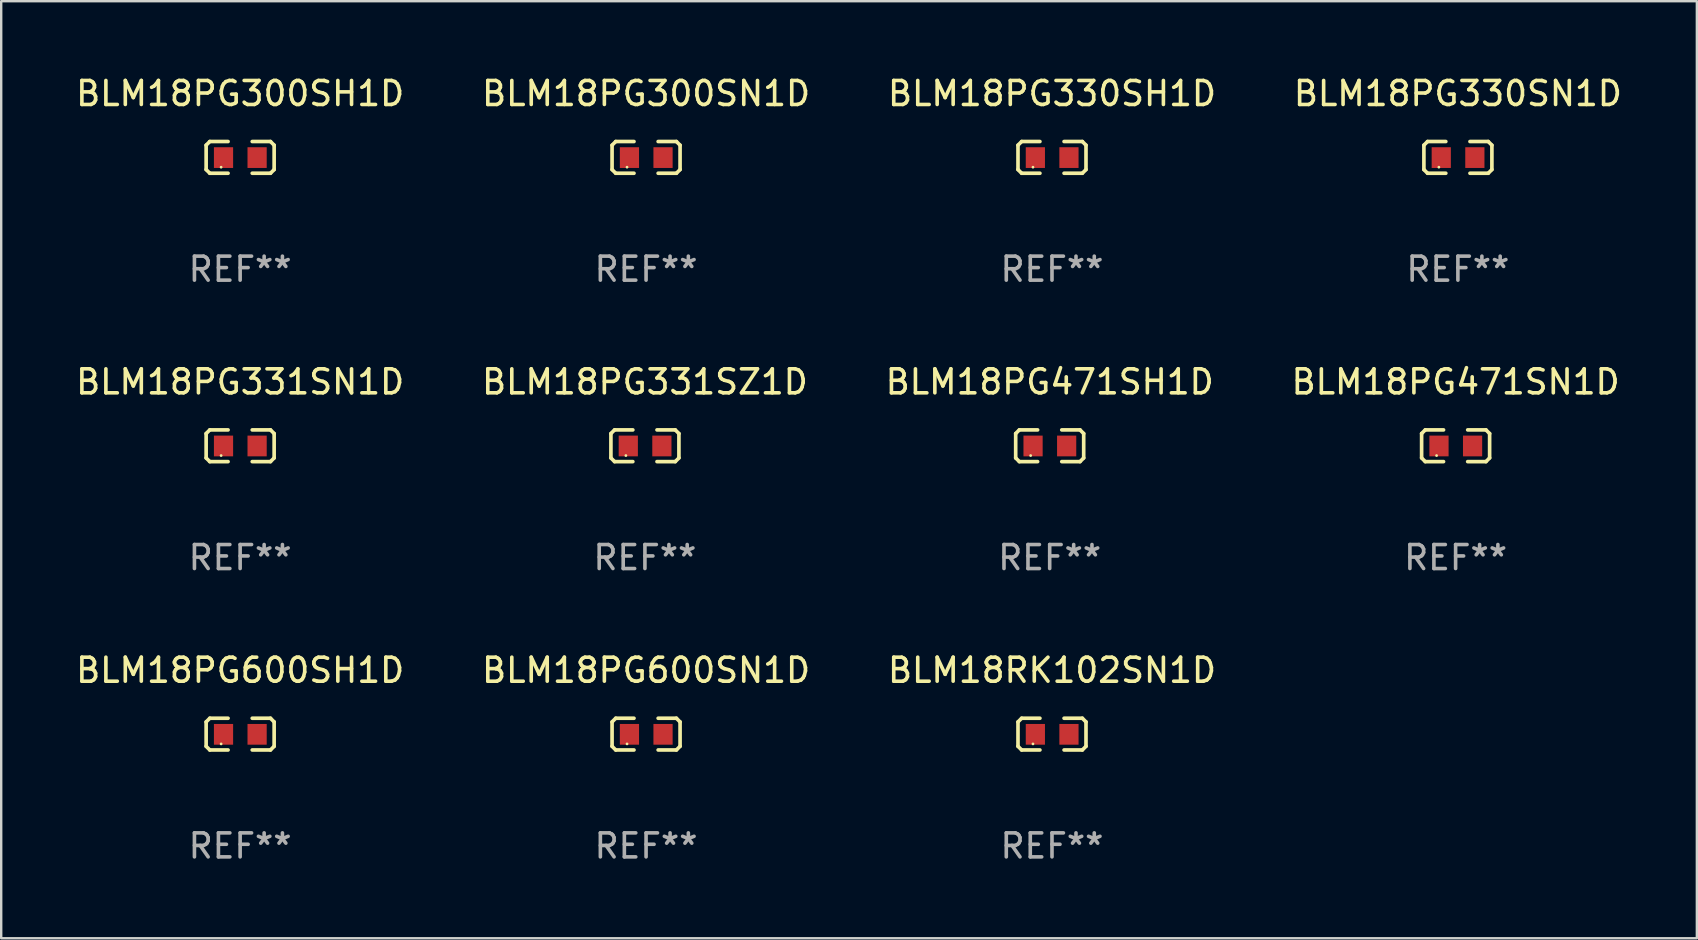
<source format=kicad_pcb>
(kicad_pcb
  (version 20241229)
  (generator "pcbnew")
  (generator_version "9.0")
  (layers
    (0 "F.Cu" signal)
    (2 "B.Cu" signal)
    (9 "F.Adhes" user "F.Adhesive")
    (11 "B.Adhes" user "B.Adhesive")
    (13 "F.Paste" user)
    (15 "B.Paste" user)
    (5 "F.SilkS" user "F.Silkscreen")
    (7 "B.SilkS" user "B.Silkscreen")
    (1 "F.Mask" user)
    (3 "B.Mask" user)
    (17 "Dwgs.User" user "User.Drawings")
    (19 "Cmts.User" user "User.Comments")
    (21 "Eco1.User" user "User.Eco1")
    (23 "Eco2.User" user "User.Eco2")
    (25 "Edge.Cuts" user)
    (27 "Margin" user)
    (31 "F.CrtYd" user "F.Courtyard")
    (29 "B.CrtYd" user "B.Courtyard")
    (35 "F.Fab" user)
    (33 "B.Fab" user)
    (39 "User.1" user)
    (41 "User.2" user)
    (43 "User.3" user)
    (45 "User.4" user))
  (footprint "BLM18PG600SN1D"
    (layer "F.Cu")
    (at 23.875 27.544)
    (property "Reference" "BLM18PG600SN1D" (at 0 -2.661 0) (layer "F.SilkS") (effects (font (size 1 1) (thickness 0.15))))
    (attr through_hole)
    (fp_line (start -1.417 -0.508) (end -1.265 -0.661) (stroke (width 0.152) (type solid)) (layer "F.SilkS"))
    (fp_line (start -1.417 0.508) (end -1.417 -0.508) (stroke (width 0.152) (type solid)) (layer "F.SilkS"))
    (fp_line (start -1.265 -0.661) (end -0.503 -0.661) (stroke (width 0.152) (type solid)) (layer "F.SilkS"))
    (fp_line (start -1.265 0.661) (end -1.417 0.508) (stroke (width 0.152) (type solid)) (layer "F.SilkS"))
    (fp_line (start -1.265 0.661) (end -0.503 0.661) (stroke (width 0.152) (type solid)) (layer "F.SilkS"))
    (fp_line (start 1.265 -0.661) (end 0.503 -0.661) (stroke (width 0.152) (type solid)) (layer "F.SilkS"))
    (fp_line (start 1.265 -0.661) (end 1.417 -0.508) (stroke (width 0.152) (type solid)) (layer "F.SilkS"))
    (fp_line (start 1.265 0.661) (end 0.503 0.661) (stroke (width 0.152) (type solid)) (layer "F.SilkS"))
    (fp_line (start 1.417 -0.508) (end 1.417 0.508) (stroke (width 0.152) (type solid)) (layer "F.SilkS"))
    (fp_line (start 1.417 0.508) (end 1.265 0.661) (stroke (width 0.152) (type solid)) (layer "F.SilkS"))
    (fp_circle (center -0.793 0.409) (end -0.763 0.409) (stroke (width 0.06) (type solid)) (fill no) (layer "F.SilkS"))
    (fp_text user "REF**" (at 0 4.661 0) (layer "F.Fab") (effects (font (size 1 1) (thickness 0.15))))
    (pad "1" smd rect (at -0.693 0.009 180) (size 0.8 0.864) (layers "F.Cu" "F.Mask" "F.Paste"))
    (pad "2" smd rect (at 0.707 0.009 180) (size 0.8 0.864) (layers "F.Cu" "F.Mask" "F.Paste")))
  (footprint "BLM18PG300SN1D"
    (layer "F.Cu")
    (at 23.875 3.509)
    (property "Reference" "BLM18PG300SN1D" (at 0 -2.661 0) (layer "F.SilkS") (effects (font (size 1 1) (thickness 0.15))))
    (attr through_hole)
    (fp_line (start -1.417 -0.508) (end -1.265 -0.661) (stroke (width 0.152) (type solid)) (layer "F.SilkS"))
    (fp_line (start -1.417 0.508) (end -1.417 -0.508) (stroke (width 0.152) (type solid)) (layer "F.SilkS"))
    (fp_line (start -1.265 -0.661) (end -0.503 -0.661) (stroke (width 0.152) (type solid)) (layer "F.SilkS"))
    (fp_line (start -1.265 0.661) (end -1.417 0.508) (stroke (width 0.152) (type solid)) (layer "F.SilkS"))
    (fp_line (start -1.265 0.661) (end -0.503 0.661) (stroke (width 0.152) (type solid)) (layer "F.SilkS"))
    (fp_line (start 1.265 -0.661) (end 0.503 -0.661) (stroke (width 0.152) (type solid)) (layer "F.SilkS"))
    (fp_line (start 1.265 -0.661) (end 1.417 -0.508) (stroke (width 0.152) (type solid)) (layer "F.SilkS"))
    (fp_line (start 1.265 0.661) (end 0.503 0.661) (stroke (width 0.152) (type solid)) (layer "F.SilkS"))
    (fp_line (start 1.417 -0.508) (end 1.417 0.508) (stroke (width 0.152) (type solid)) (layer "F.SilkS"))
    (fp_line (start 1.417 0.508) (end 1.265 0.661) (stroke (width 0.152) (type solid)) (layer "F.SilkS"))
    (fp_circle (center -0.793 0.409) (end -0.763 0.409) (stroke (width 0.06) (type solid)) (fill no) (layer "F.SilkS"))
    (fp_text user "REF**" (at 0 4.661 0) (layer "F.Fab") (effects (font (size 1 1) (thickness 0.15))))
    (pad "1" smd rect (at -0.693 0.009 180) (size 0.8 0.864) (layers "F.Cu" "F.Mask" "F.Paste"))
    (pad "2" smd rect (at 0.707 0.009 180) (size 0.8 0.864) (layers "F.Cu" "F.Mask" "F.Paste")))
  (footprint "BLM18PG300SH1D"
    (layer "F.Cu")
    (at 6.958 3.509)
    (property "Reference" "BLM18PG300SH1D" (at 0 -2.661 0) (layer "F.SilkS") (effects (font (size 1 1) (thickness 0.15))))
    (attr through_hole)
    (fp_line (start -1.417 -0.508) (end -1.265 -0.661) (stroke (width 0.152) (type solid)) (layer "F.SilkS"))
    (fp_line (start -1.417 0.508) (end -1.417 -0.508) (stroke (width 0.152) (type solid)) (layer "F.SilkS"))
    (fp_line (start -1.265 -0.661) (end -0.503 -0.661) (stroke (width 0.152) (type solid)) (layer "F.SilkS"))
    (fp_line (start -1.265 0.661) (end -1.417 0.508) (stroke (width 0.152) (type solid)) (layer "F.SilkS"))
    (fp_line (start -1.265 0.661) (end -0.503 0.661) (stroke (width 0.152) (type solid)) (layer "F.SilkS"))
    (fp_line (start 1.265 -0.661) (end 0.503 -0.661) (stroke (width 0.152) (type solid)) (layer "F.SilkS"))
    (fp_line (start 1.265 -0.661) (end 1.417 -0.508) (stroke (width 0.152) (type solid)) (layer "F.SilkS"))
    (fp_line (start 1.265 0.661) (end 0.503 0.661) (stroke (width 0.152) (type solid)) (layer "F.SilkS"))
    (fp_line (start 1.417 -0.508) (end 1.417 0.508) (stroke (width 0.152) (type solid)) (layer "F.SilkS"))
    (fp_line (start 1.417 0.508) (end 1.265 0.661) (stroke (width 0.152) (type solid)) (layer "F.SilkS"))
    (fp_circle (center -0.793 0.409) (end -0.763 0.409) (stroke (width 0.06) (type solid)) (fill no) (layer "F.SilkS"))
    (fp_text user "REF**" (at 0 4.661 0) (layer "F.Fab") (effects (font (size 1 1) (thickness 0.15))))
    (pad "1" smd rect (at -0.693 0.009 180) (size 0.8 0.864) (layers "F.Cu" "F.Mask" "F.Paste"))
    (pad "2" smd rect (at 0.707 0.009 180) (size 0.8 0.864) (layers "F.Cu" "F.Mask" "F.Paste")))
  (footprint "BLM18PG330SN1D"
    (layer "F.Cu")
    (at 57.708 3.509)
    (property "Reference" "BLM18PG330SN1D" (at 0 -2.661 0) (layer "F.SilkS") (effects (font (size 1 1) (thickness 0.15))))
    (attr through_hole)
    (fp_line (start -1.417 -0.508) (end -1.265 -0.661) (stroke (width 0.152) (type solid)) (layer "F.SilkS"))
    (fp_line (start -1.417 0.508) (end -1.417 -0.508) (stroke (width 0.152) (type solid)) (layer "F.SilkS"))
    (fp_line (start -1.265 -0.661) (end -0.503 -0.661) (stroke (width 0.152) (type solid)) (layer "F.SilkS"))
    (fp_line (start -1.265 0.661) (end -1.417 0.508) (stroke (width 0.152) (type solid)) (layer "F.SilkS"))
    (fp_line (start -1.265 0.661) (end -0.503 0.661) (stroke (width 0.152) (type solid)) (layer "F.SilkS"))
    (fp_line (start 1.265 -0.661) (end 0.503 -0.661) (stroke (width 0.152) (type solid)) (layer "F.SilkS"))
    (fp_line (start 1.265 -0.661) (end 1.417 -0.508) (stroke (width 0.152) (type solid)) (layer "F.SilkS"))
    (fp_line (start 1.265 0.661) (end 0.503 0.661) (stroke (width 0.152) (type solid)) (layer "F.SilkS"))
    (fp_line (start 1.417 -0.508) (end 1.417 0.508) (stroke (width 0.152) (type solid)) (layer "F.SilkS"))
    (fp_line (start 1.417 0.508) (end 1.265 0.661) (stroke (width 0.152) (type solid)) (layer "F.SilkS"))
    (fp_circle (center -0.793 0.409) (end -0.763 0.409) (stroke (width 0.06) (type solid)) (fill no) (layer "F.SilkS"))
    (fp_text user "REF**" (at 0 4.661 0) (layer "F.Fab") (effects (font (size 1 1) (thickness 0.15))))
    (pad "1" smd rect (at -0.693 0.009 180) (size 0.8 0.864) (layers "F.Cu" "F.Mask" "F.Paste"))
    (pad "2" smd rect (at 0.707 0.009 180) (size 0.8 0.864) (layers "F.Cu" "F.Mask" "F.Paste")))
  (footprint "BLM18RK102SN1D"
    (layer "F.Cu")
    (at 40.792 27.544)
    (property "Reference" "BLM18RK102SN1D" (at 0 -2.661 0) (layer "F.SilkS") (effects (font (size 1 1) (thickness 0.15))))
    (attr through_hole)
    (fp_line (start -1.417 -0.508) (end -1.265 -0.661) (stroke (width 0.152) (type solid)) (layer "F.SilkS"))
    (fp_line (start -1.417 0.508) (end -1.417 -0.508) (stroke (width 0.152) (type solid)) (layer "F.SilkS"))
    (fp_line (start -1.265 -0.661) (end -0.503 -0.661) (stroke (width 0.152) (type solid)) (layer "F.SilkS"))
    (fp_line (start -1.265 0.661) (end -1.417 0.508) (stroke (width 0.152) (type solid)) (layer "F.SilkS"))
    (fp_line (start -1.265 0.661) (end -0.503 0.661) (stroke (width 0.152) (type solid)) (layer "F.SilkS"))
    (fp_line (start 1.265 -0.661) (end 0.503 -0.661) (stroke (width 0.152) (type solid)) (layer "F.SilkS"))
    (fp_line (start 1.265 -0.661) (end 1.417 -0.508) (stroke (width 0.152) (type solid)) (layer "F.SilkS"))
    (fp_line (start 1.265 0.661) (end 0.503 0.661) (stroke (width 0.152) (type solid)) (layer "F.SilkS"))
    (fp_line (start 1.417 -0.508) (end 1.417 0.508) (stroke (width 0.152) (type solid)) (layer "F.SilkS"))
    (fp_line (start 1.417 0.508) (end 1.265 0.661) (stroke (width 0.152) (type solid)) (layer "F.SilkS"))
    (fp_circle (center -0.793 0.409) (end -0.763 0.409) (stroke (width 0.06) (type solid)) (fill no) (layer "F.SilkS"))
    (fp_text user "REF**" (at 0 4.661 0) (layer "F.Fab") (effects (font (size 1 1) (thickness 0.15))))
    (pad "1" smd rect (at -0.693 0.009 180) (size 0.8 0.864) (layers "F.Cu" "F.Mask" "F.Paste"))
    (pad "2" smd rect (at 0.707 0.009 180) (size 0.8 0.864) (layers "F.Cu" "F.Mask" "F.Paste")))
  (footprint "BLM18PG330SH1D"
    (layer "F.Cu")
    (at 40.792 3.509)
    (property "Reference" "BLM18PG330SH1D" (at 0 -2.661 0) (layer "F.SilkS") (effects (font (size 1 1) (thickness 0.15))))
    (attr through_hole)
    (fp_line (start -1.417 -0.508) (end -1.265 -0.661) (stroke (width 0.152) (type solid)) (layer "F.SilkS"))
    (fp_line (start -1.417 0.508) (end -1.417 -0.508) (stroke (width 0.152) (type solid)) (layer "F.SilkS"))
    (fp_line (start -1.265 -0.661) (end -0.503 -0.661) (stroke (width 0.152) (type solid)) (layer "F.SilkS"))
    (fp_line (start -1.265 0.661) (end -1.417 0.508) (stroke (width 0.152) (type solid)) (layer "F.SilkS"))
    (fp_line (start -1.265 0.661) (end -0.503 0.661) (stroke (width 0.152) (type solid)) (layer "F.SilkS"))
    (fp_line (start 1.265 -0.661) (end 0.503 -0.661) (stroke (width 0.152) (type solid)) (layer "F.SilkS"))
    (fp_line (start 1.265 -0.661) (end 1.417 -0.508) (stroke (width 0.152) (type solid)) (layer "F.SilkS"))
    (fp_line (start 1.265 0.661) (end 0.503 0.661) (stroke (width 0.152) (type solid)) (layer "F.SilkS"))
    (fp_line (start 1.417 -0.508) (end 1.417 0.508) (stroke (width 0.152) (type solid)) (layer "F.SilkS"))
    (fp_line (start 1.417 0.508) (end 1.265 0.661) (stroke (width 0.152) (type solid)) (layer "F.SilkS"))
    (fp_circle (center -0.793 0.409) (end -0.763 0.409) (stroke (width 0.06) (type solid)) (fill no) (layer "F.SilkS"))
    (fp_text user "REF**" (at 0 4.661 0) (layer "F.Fab") (effects (font (size 1 1) (thickness 0.15))))
    (pad "1" smd rect (at -0.693 0.009 180) (size 0.8 0.864) (layers "F.Cu" "F.Mask" "F.Paste"))
    (pad "2" smd rect (at 0.707 0.009 180) (size 0.8 0.864) (layers "F.Cu" "F.Mask" "F.Paste")))
  (footprint "BLM18PG471SH1D"
    (layer "F.Cu")
    (at 40.696 15.527)
    (property "Reference" "BLM18PG471SH1D" (at 0 -2.661 0) (layer "F.SilkS") (effects (font (size 1 1) (thickness 0.15))))
    (attr through_hole)
    (fp_line (start -1.417 -0.508) (end -1.265 -0.661) (stroke (width 0.152) (type solid)) (layer "F.SilkS"))
    (fp_line (start -1.417 0.508) (end -1.417 -0.508) (stroke (width 0.152) (type solid)) (layer "F.SilkS"))
    (fp_line (start -1.265 -0.661) (end -0.503 -0.661) (stroke (width 0.152) (type solid)) (layer "F.SilkS"))
    (fp_line (start -1.265 0.661) (end -1.417 0.508) (stroke (width 0.152) (type solid)) (layer "F.SilkS"))
    (fp_line (start -1.265 0.661) (end -0.503 0.661) (stroke (width 0.152) (type solid)) (layer "F.SilkS"))
    (fp_line (start 1.265 -0.661) (end 0.503 -0.661) (stroke (width 0.152) (type solid)) (layer "F.SilkS"))
    (fp_line (start 1.265 -0.661) (end 1.417 -0.508) (stroke (width 0.152) (type solid)) (layer "F.SilkS"))
    (fp_line (start 1.265 0.661) (end 0.503 0.661) (stroke (width 0.152) (type solid)) (layer "F.SilkS"))
    (fp_line (start 1.417 -0.508) (end 1.417 0.508) (stroke (width 0.152) (type solid)) (layer "F.SilkS"))
    (fp_line (start 1.417 0.508) (end 1.265 0.661) (stroke (width 0.152) (type solid)) (layer "F.SilkS"))
    (fp_circle (center -0.793 0.409) (end -0.763 0.409) (stroke (width 0.06) (type solid)) (fill no) (layer "F.SilkS"))
    (fp_text user "REF**" (at 0 4.661 0) (layer "F.Fab") (effects (font (size 1 1) (thickness 0.15))))
    (pad "1" smd rect (at -0.693 0.009 180) (size 0.8 0.864) (layers "F.Cu" "F.Mask" "F.Paste"))
    (pad "2" smd rect (at 0.707 0.009 180) (size 0.8 0.864) (layers "F.Cu" "F.Mask" "F.Paste")))
  (footprint "BLM18PG331SZ1D"
    (layer "F.Cu")
    (at 23.827 15.527)
    (property "Reference" "BLM18PG331SZ1D" (at 0 -2.661 0) (layer "F.SilkS") (effects (font (size 1 1) (thickness 0.15))))
    (attr through_hole)
    (fp_line (start -1.417 -0.508) (end -1.265 -0.661) (stroke (width 0.152) (type solid)) (layer "F.SilkS"))
    (fp_line (start -1.417 0.508) (end -1.417 -0.508) (stroke (width 0.152) (type solid)) (layer "F.SilkS"))
    (fp_line (start -1.265 -0.661) (end -0.503 -0.661) (stroke (width 0.152) (type solid)) (layer "F.SilkS"))
    (fp_line (start -1.265 0.661) (end -1.417 0.508) (stroke (width 0.152) (type solid)) (layer "F.SilkS"))
    (fp_line (start -1.265 0.661) (end -0.503 0.661) (stroke (width 0.152) (type solid)) (layer "F.SilkS"))
    (fp_line (start 1.265 -0.661) (end 0.503 -0.661) (stroke (width 0.152) (type solid)) (layer "F.SilkS"))
    (fp_line (start 1.265 -0.661) (end 1.417 -0.508) (stroke (width 0.152) (type solid)) (layer "F.SilkS"))
    (fp_line (start 1.265 0.661) (end 0.503 0.661) (stroke (width 0.152) (type solid)) (layer "F.SilkS"))
    (fp_line (start 1.417 -0.508) (end 1.417 0.508) (stroke (width 0.152) (type solid)) (layer "F.SilkS"))
    (fp_line (start 1.417 0.508) (end 1.265 0.661) (stroke (width 0.152) (type solid)) (layer "F.SilkS"))
    (fp_circle (center -0.793 0.409) (end -0.763 0.409) (stroke (width 0.06) (type solid)) (fill no) (layer "F.SilkS"))
    (fp_text user "REF**" (at 0 4.661 0) (layer "F.Fab") (effects (font (size 1 1) (thickness 0.15))))
    (pad "1" smd rect (at -0.693 0.009 180) (size 0.8 0.864) (layers "F.Cu" "F.Mask" "F.Paste"))
    (pad "2" smd rect (at 0.707 0.009 180) (size 0.8 0.864) (layers "F.Cu" "F.Mask" "F.Paste")))
  (footprint "BLM18PG471SN1D"
    (layer "F.Cu")
    (at 57.613 15.527)
    (property "Reference" "BLM18PG471SN1D" (at 0 -2.661 0) (layer "F.SilkS") (effects (font (size 1 1) (thickness 0.15))))
    (attr through_hole)
    (fp_line (start -1.417 -0.508) (end -1.265 -0.661) (stroke (width 0.152) (type solid)) (layer "F.SilkS"))
    (fp_line (start -1.417 0.508) (end -1.417 -0.508) (stroke (width 0.152) (type solid)) (layer "F.SilkS"))
    (fp_line (start -1.265 -0.661) (end -0.503 -0.661) (stroke (width 0.152) (type solid)) (layer "F.SilkS"))
    (fp_line (start -1.265 0.661) (end -1.417 0.508) (stroke (width 0.152) (type solid)) (layer "F.SilkS"))
    (fp_line (start -1.265 0.661) (end -0.503 0.661) (stroke (width 0.152) (type solid)) (layer "F.SilkS"))
    (fp_line (start 1.265 -0.661) (end 0.503 -0.661) (stroke (width 0.152) (type solid)) (layer "F.SilkS"))
    (fp_line (start 1.265 -0.661) (end 1.417 -0.508) (stroke (width 0.152) (type solid)) (layer "F.SilkS"))
    (fp_line (start 1.265 0.661) (end 0.503 0.661) (stroke (width 0.152) (type solid)) (layer "F.SilkS"))
    (fp_line (start 1.417 -0.508) (end 1.417 0.508) (stroke (width 0.152) (type solid)) (layer "F.SilkS"))
    (fp_line (start 1.417 0.508) (end 1.265 0.661) (stroke (width 0.152) (type solid)) (layer "F.SilkS"))
    (fp_circle (center -0.793 0.409) (end -0.763 0.409) (stroke (width 0.06) (type solid)) (fill no) (layer "F.SilkS"))
    (fp_text user "REF**" (at 0 4.661 0) (layer "F.Fab") (effects (font (size 1 1) (thickness 0.15))))
    (pad "1" smd rect (at -0.693 0.009 180) (size 0.8 0.864) (layers "F.Cu" "F.Mask" "F.Paste"))
    (pad "2" smd rect (at 0.707 0.009 180) (size 0.8 0.864) (layers "F.Cu" "F.Mask" "F.Paste")))
  (footprint "BLM18PG600SH1D"
    (layer "F.Cu")
    (at 6.958 27.544)
    (property "Reference" "BLM18PG600SH1D" (at 0 -2.661 0) (layer "F.SilkS") (effects (font (size 1 1) (thickness 0.15))))
    (attr through_hole)
    (fp_line (start -1.417 -0.508) (end -1.265 -0.661) (stroke (width 0.152) (type solid)) (layer "F.SilkS"))
    (fp_line (start -1.417 0.508) (end -1.417 -0.508) (stroke (width 0.152) (type solid)) (layer "F.SilkS"))
    (fp_line (start -1.265 -0.661) (end -0.503 -0.661) (stroke (width 0.152) (type solid)) (layer "F.SilkS"))
    (fp_line (start -1.265 0.661) (end -1.417 0.508) (stroke (width 0.152) (type solid)) (layer "F.SilkS"))
    (fp_line (start -1.265 0.661) (end -0.503 0.661) (stroke (width 0.152) (type solid)) (layer "F.SilkS"))
    (fp_line (start 1.265 -0.661) (end 0.503 -0.661) (stroke (width 0.152) (type solid)) (layer "F.SilkS"))
    (fp_line (start 1.265 -0.661) (end 1.417 -0.508) (stroke (width 0.152) (type solid)) (layer "F.SilkS"))
    (fp_line (start 1.265 0.661) (end 0.503 0.661) (stroke (width 0.152) (type solid)) (layer "F.SilkS"))
    (fp_line (start 1.417 -0.508) (end 1.417 0.508) (stroke (width 0.152) (type solid)) (layer "F.SilkS"))
    (fp_line (start 1.417 0.508) (end 1.265 0.661) (stroke (width 0.152) (type solid)) (layer "F.SilkS"))
    (fp_circle (center -0.793 0.409) (end -0.763 0.409) (stroke (width 0.06) (type solid)) (fill no) (layer "F.SilkS"))
    (fp_text user "REF**" (at 0 4.661 0) (layer "F.Fab") (effects (font (size 1 1) (thickness 0.15))))
    (pad "1" smd rect (at -0.693 0.009 180) (size 0.8 0.864) (layers "F.Cu" "F.Mask" "F.Paste"))
    (pad "2" smd rect (at 0.707 0.009 180) (size 0.8 0.864) (layers "F.Cu" "F.Mask" "F.Paste")))
  (footprint "BLM18PG331SN1D"
    (layer "F.Cu")
    (at 6.958 15.527)
    (property "Reference" "BLM18PG331SN1D" (at 0 -2.661 0) (layer "F.SilkS") (effects (font (size 1 1) (thickness 0.15))))
    (attr through_hole)
    (fp_line (start -1.417 -0.508) (end -1.265 -0.661) (stroke (width 0.152) (type solid)) (layer "F.SilkS"))
    (fp_line (start -1.417 0.508) (end -1.417 -0.508) (stroke (width 0.152) (type solid)) (layer "F.SilkS"))
    (fp_line (start -1.265 -0.661) (end -0.503 -0.661) (stroke (width 0.152) (type solid)) (layer "F.SilkS"))
    (fp_line (start -1.265 0.661) (end -1.417 0.508) (stroke (width 0.152) (type solid)) (layer "F.SilkS"))
    (fp_line (start -1.265 0.661) (end -0.503 0.661) (stroke (width 0.152) (type solid)) (layer "F.SilkS"))
    (fp_line (start 1.265 -0.661) (end 0.503 -0.661) (stroke (width 0.152) (type solid)) (layer "F.SilkS"))
    (fp_line (start 1.265 -0.661) (end 1.417 -0.508) (stroke (width 0.152) (type solid)) (layer "F.SilkS"))
    (fp_line (start 1.265 0.661) (end 0.503 0.661) (stroke (width 0.152) (type solid)) (layer "F.SilkS"))
    (fp_line (start 1.417 -0.508) (end 1.417 0.508) (stroke (width 0.152) (type solid)) (layer "F.SilkS"))
    (fp_line (start 1.417 0.508) (end 1.265 0.661) (stroke (width 0.152) (type solid)) (layer "F.SilkS"))
    (fp_circle (center -0.793 0.409) (end -0.763 0.409) (stroke (width 0.06) (type solid)) (fill no) (layer "F.SilkS"))
    (fp_text user "REF**" (at 0 4.661 0) (layer "F.Fab") (effects (font (size 1 1) (thickness 0.15))))
    (pad "1" smd rect (at -0.693 0.009 180) (size 0.8 0.864) (layers "F.Cu" "F.Mask" "F.Paste"))
    (pad "2" smd rect (at 0.707 0.009 180) (size 0.8 0.864) (layers "F.Cu" "F.Mask" "F.Paste")))
  (gr_rect
    (start -3 -3)
    (end 67.667 36.053)
    (stroke (width 0.1) (type default))
    (fill no)
    (layer "Edge.Cuts")))
</source>
